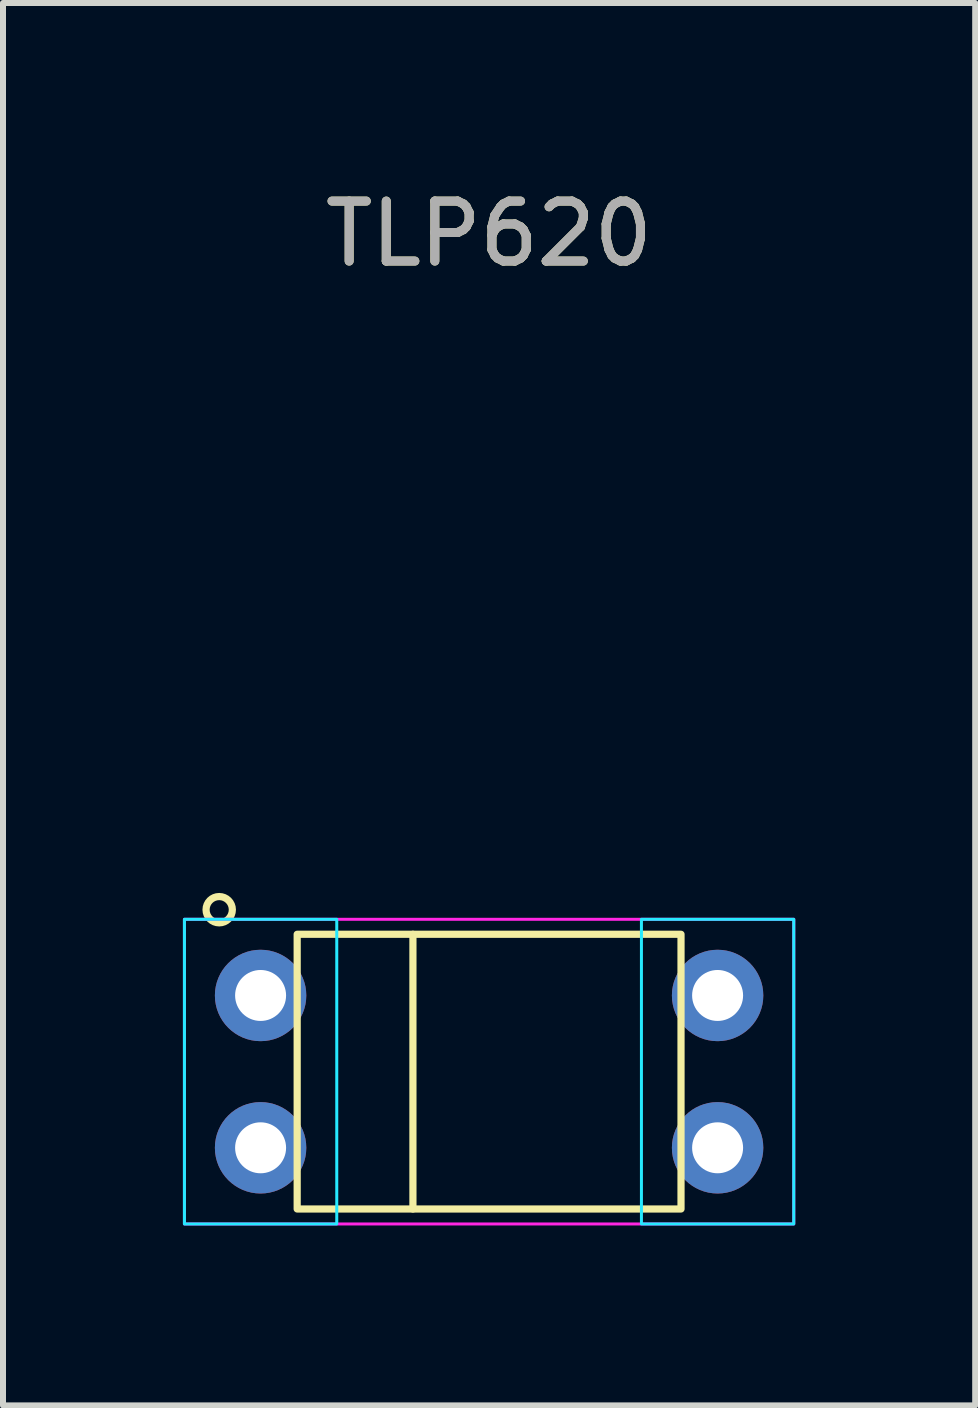
<source format=kicad_pcb>
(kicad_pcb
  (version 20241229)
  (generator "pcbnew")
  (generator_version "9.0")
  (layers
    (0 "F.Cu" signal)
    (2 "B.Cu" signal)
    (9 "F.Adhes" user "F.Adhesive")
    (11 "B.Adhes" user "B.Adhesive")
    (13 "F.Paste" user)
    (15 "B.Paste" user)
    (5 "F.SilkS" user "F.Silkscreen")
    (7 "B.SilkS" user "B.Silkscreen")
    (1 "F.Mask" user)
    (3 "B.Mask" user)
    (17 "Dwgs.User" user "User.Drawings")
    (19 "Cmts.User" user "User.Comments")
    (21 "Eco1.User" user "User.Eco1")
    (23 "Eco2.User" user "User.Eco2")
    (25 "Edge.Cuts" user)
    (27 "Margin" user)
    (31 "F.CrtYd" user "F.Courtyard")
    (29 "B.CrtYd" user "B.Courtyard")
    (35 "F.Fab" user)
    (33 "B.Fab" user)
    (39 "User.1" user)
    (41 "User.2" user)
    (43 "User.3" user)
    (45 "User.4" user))
  (footprint "TLP620"
    (layer "F.Cu")
    (at 5.105 14.818)
    (property "Reference" "TLP620" (at 0 -13.97 0) (unlocked yes) (layer "F.SilkS") (effects (font (size 1 1) (thickness 0.15))))
    (attr through_hole)
    (fp_line (start -1.27 -2.29) (end -1.27 2.29) (stroke (width 0.12) (type solid)) (layer "F.SilkS"))
    (fp_rect (start -3.2 -2.29) (end 3.2 2.29) (stroke (width 0.12) (type solid)) (fill no) (layer "F.SilkS"))
    (fp_circle (center -4.5 -2.7) (end -4.35 -2.86) (stroke (width 0.12) (type solid)) (fill no) (layer "F.SilkS"))
    (fp_rect (start -5.08 -2.54) (end -2.54 2.54) (stroke (width 0.05) (type solid)) (fill no) (layer "B.CrtYd"))
    (fp_rect (start 5.08 -2.54) (end 2.54 2.54) (stroke (width 0.05) (type solid)) (fill no) (layer "B.CrtYd"))
    (fp_rect (start -5.08 -2.54) (end 5.08 2.54) (stroke (width 0.05) (type solid)) (fill no) (layer "F.CrtYd"))
    (fp_text user "${REFERENCE}" (at 0 -13.97 0) (unlocked yes) (layer "F.Fab") (effects (font (size 1 1) (thickness 0.15))))
    (pad "1" thru_hole circle (at -3.81 -1.27) (size 1.524 1.524) (drill 0.85) (layers "*.Cu" "*.Mask") (remove_unused_layers yes) (keep_end_layers yes) (zone_layer_connections))
    (pad "2" thru_hole circle (at -3.81 1.27) (size 1.524 1.524) (drill 0.85) (layers "*.Cu" "*.Mask"))
    (pad "3" thru_hole circle (at 3.81 1.27) (size 1.524 1.524) (drill 0.85) (layers "*.Cu" "*.Mask"))
    (pad "4" thru_hole circle (at 3.81 -1.27) (size 1.524 1.524) (drill 0.85) (layers "*.Cu" "*.Mask")))
  (gr_rect
    (start -3 -3)
    (end 13.21 20.383)
    (stroke (width 0.1) (type default))
    (fill no)
    (layer "Edge.Cuts")))
</source>
